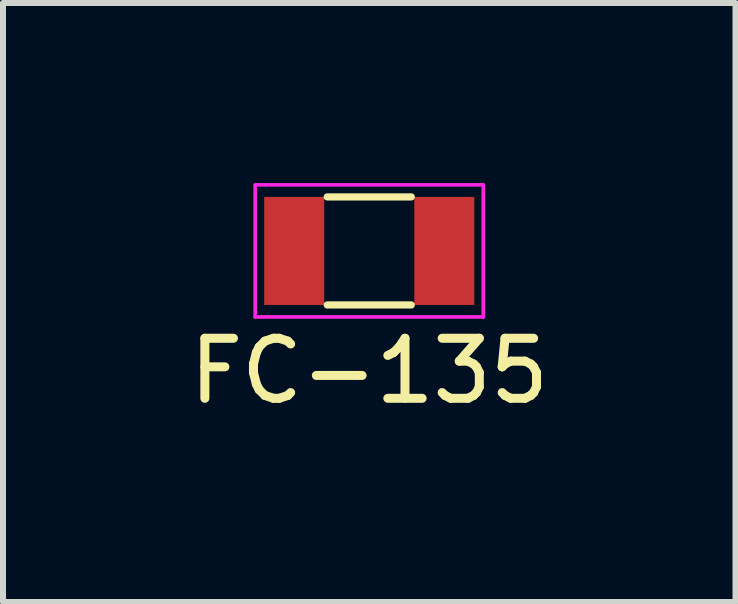
<source format=kicad_pcb>
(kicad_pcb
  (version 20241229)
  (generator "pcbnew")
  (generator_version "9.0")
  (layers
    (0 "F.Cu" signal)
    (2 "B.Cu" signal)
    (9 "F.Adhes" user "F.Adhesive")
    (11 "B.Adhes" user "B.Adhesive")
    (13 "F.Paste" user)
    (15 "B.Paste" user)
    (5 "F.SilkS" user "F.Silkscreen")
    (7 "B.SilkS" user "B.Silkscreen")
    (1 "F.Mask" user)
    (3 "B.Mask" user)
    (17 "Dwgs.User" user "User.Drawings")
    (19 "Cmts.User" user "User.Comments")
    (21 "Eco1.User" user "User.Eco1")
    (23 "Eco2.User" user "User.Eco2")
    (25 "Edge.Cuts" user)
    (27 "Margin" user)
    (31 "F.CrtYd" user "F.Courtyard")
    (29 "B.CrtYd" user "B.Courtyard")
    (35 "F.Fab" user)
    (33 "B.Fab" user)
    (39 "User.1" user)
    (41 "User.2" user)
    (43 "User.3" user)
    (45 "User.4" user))
  (footprint "FC-135"
    (layer "F.Cu")
    (at 3.101 1.13)
    (property "Reference" "FC-135" (at 0 2 0) (layer "F.SilkS") (effects (font (size 1 1) (thickness 0.15))))
    (attr smd)
    (fp_line (start -0.7 -0.9) (end 0.7 -0.9) (stroke (width 0.12) (type solid)) (layer "F.SilkS"))
    (fp_line (start -0.7 0.9) (end 0.7 0.9) (stroke (width 0.12) (type solid)) (layer "F.SilkS"))
    (fp_line (start -1.9 -1.1) (end 1.9 -1.1) (stroke (width 0.06) (type solid)) (layer "F.CrtYd"))
    (fp_line (start -1.9 1.1) (end -1.9 -1.1) (stroke (width 0.06) (type solid)) (layer "F.CrtYd"))
    (fp_line (start 1.9 -1.1) (end 1.9 1.1) (stroke (width 0.06) (type solid)) (layer "F.CrtYd"))
    (fp_line (start 1.9 1.1) (end -1.9 1.1) (stroke (width 0.06) (type solid)) (layer "F.CrtYd"))
    (pad "1" smd rect (at -1.25 0) (size 1 1.8) (layers "F.Cu" "F.Mask" "F.Paste"))
    (pad "2" smd rect (at 1.25 0) (size 1 1.8) (layers "F.Cu" "F.Mask" "F.Paste")))
  (gr_rect
    (start -3 -3)
    (end 9.202 6.978)
    (stroke (width 0.1) (type default))
    (fill no)
    (layer "Edge.Cuts")))
</source>
